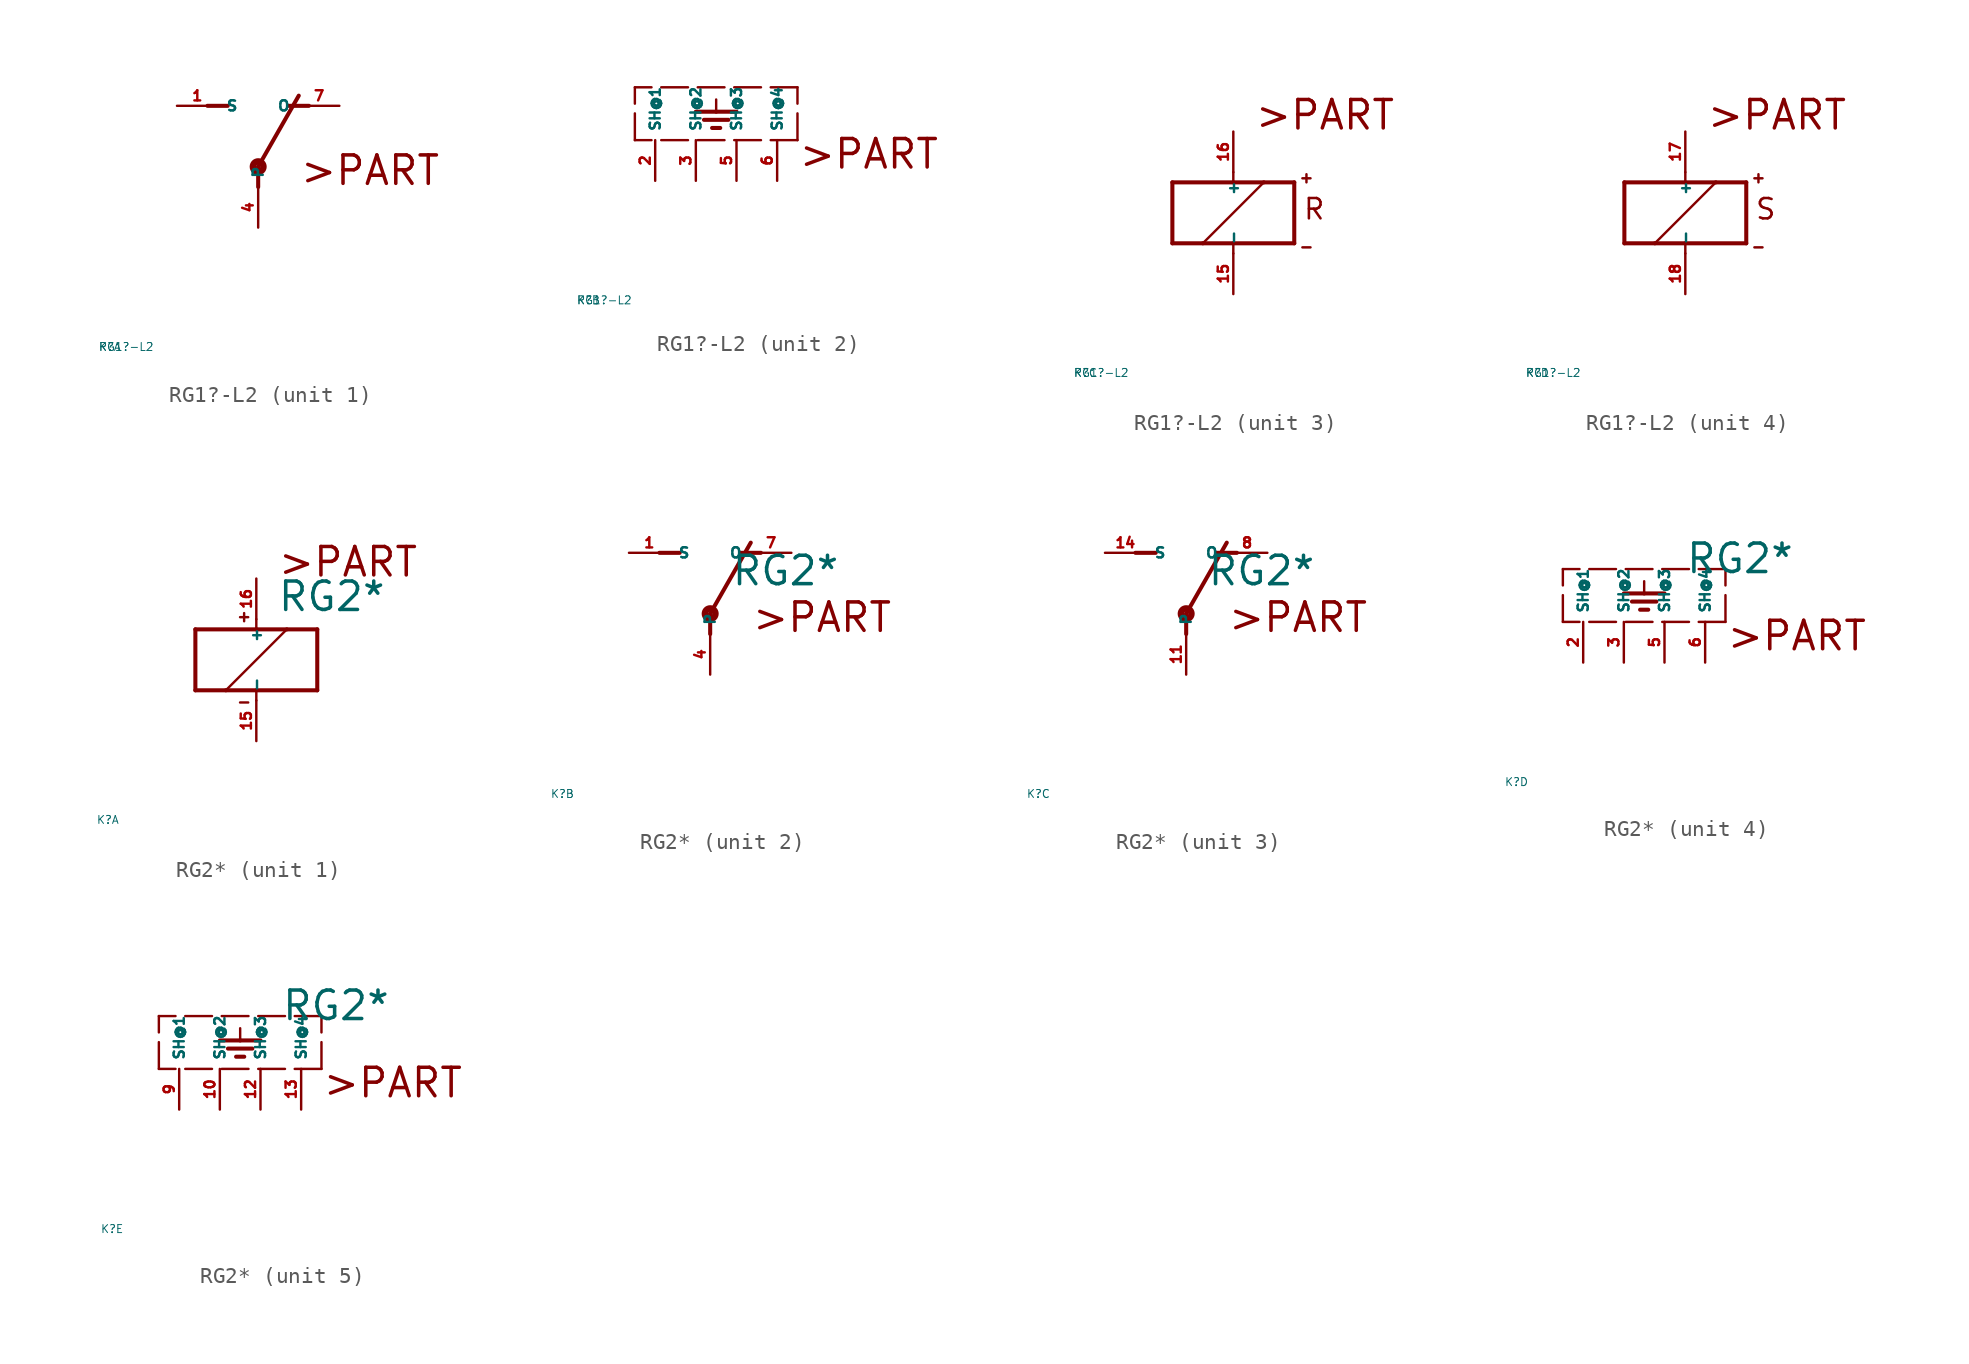
<source format=kicad_sym>
(kicad_symbol_lib
  (version 20220914)
  (generator Eagle2Kicad)
  (symbol "RG1?-L2"
    (property "Reference" "K"
      (at -10 -10 0)
      (effects (font (size 0.5 0.5) (thickness 0.06)) (justify left)))
    (property "Value" "RG1?-L2"
      (at -10 -10 0)
      (effects (font (size 0.5 0.5) (thickness 0.06)) (justify left)))
    (symbol "RG1?-L2_1_0"
      (polyline (pts (xy 3.175 5.08) (xy 1.905 5.08)) (stroke (width 0.254) (type default)) (fill (type none)))
      (polyline (pts (xy -3.175 5.08) (xy -1.905 5.08)) (stroke (width 0.254) (type default)) (fill (type none)))
      (polyline (pts (xy 0 1.27) (xy 2.54 5.715)) (stroke (width 0.254) (type default)) (fill (type none)))
      (polyline (pts (xy 0 1.27) (xy 0 0)) (stroke (width 0.254) (type default)) (fill (type none)))
      (text ">PART" (at 2.54 0 0) (effects (font (size 1.778 1.778) (thickness 0.22)) (justify left bottom)))
      (circle (center 0 1.27) (radius 0.127) (stroke (width 0.406) (type default)) (fill (type none)))
      (pin passive line (at 5.08 5.08 180) (length 2.54) (name "O" (effects (font (size 0.635 0.635) (thickness 0.08)) (justify left bottom))) (number "7" (effects (font (size 0.635 0.635) (thickness 0.08)) (justify left bottom))))
      (pin passive line (at -5.08 5.08 0) (length 2.54) (name "S" (effects (font (size 0.635 0.635) (thickness 0.08)) (justify left bottom))) (number "1" (effects (font (size 0.635 0.635) (thickness 0.08)) (justify left bottom))))
      (pin passive line (at 0 -2.54 90) (length 2.54) (name "P" (effects (font (size 0.635 0.635) (thickness 0.08)) (justify left bottom))) (number "4" (effects (font (size 0.635 0.635) (thickness 0.08)) (justify left bottom)))))
    (symbol "RG1?-L2_2_0"
      (polyline (pts (xy 3.81 0) (xy -6.35 0)) (stroke (width 0.152) (type dash)) (fill (type none)))
      (polyline (pts (xy -1.27 2.54) (xy -1.27 1.778)) (stroke (width 0.152) (type default)) (fill (type none)))
      (polyline (pts (xy -2.54 1.778) (xy -1.27 1.778)) (stroke (width 0.254) (type default)) (fill (type none)))
      (polyline (pts (xy -1.27 1.778) (xy 0 1.778)) (stroke (width 0.254) (type default)) (fill (type none)))
      (polyline (pts (xy -2.032 1.27) (xy -0.508 1.27)) (stroke (width 0.254) (type default)) (fill (type none)))
      (polyline (pts (xy -1.524 0.762) (xy -1.016 0.762)) (stroke (width 0.254) (type default)) (fill (type none)))
      (polyline (pts (xy 3.81 0) (xy 3.81 3.302)) (stroke (width 0.152) (type dash)) (fill (type none)))
      (polyline (pts (xy 3.81 3.302) (xy -6.35 3.302)) (stroke (width 0.152) (type dash)) (fill (type none)))
      (polyline (pts (xy -6.35 0) (xy -6.35 3.302)) (stroke (width 0.152) (type dash)) (fill (type none)))
      (text ">PART" (at 3.81 -1.905 0) (effects (font (size 1.778 1.778) (thickness 0.22)) (justify left bottom)))
      (pin passive line (at 0 -2.54 90) (length 2.54) (name "SH@3" (effects (font (size 0.635 0.635) (thickness 0.08)) (justify left bottom))) (number "5" (effects (font (size 0.635 0.635) (thickness 0.08)) (justify left bottom))))
      (pin passive line (at -5.08 -2.54 90) (length 2.54) (name "SH@1" (effects (font (size 0.635 0.635) (thickness 0.08)) (justify left bottom))) (number "2" (effects (font (size 0.635 0.635) (thickness 0.08)) (justify left bottom))))
      (pin passive line (at -2.54 -2.54 90) (length 2.54) (name "SH@2" (effects (font (size 0.635 0.635) (thickness 0.08)) (justify left bottom))) (number "3" (effects (font (size 0.635 0.635) (thickness 0.08)) (justify left bottom))))
      (pin passive line (at 2.54 -2.54 90) (length 2.54) (name "SH@4" (effects (font (size 0.635 0.635) (thickness 0.08)) (justify left bottom))) (number "6" (effects (font (size 0.635 0.635) (thickness 0.08)) (justify left bottom)))))
    (symbol "RG1?-L2_3_0"
      (polyline (pts (xy -3.81 -1.905) (xy -1.905 -1.905)) (stroke (width 0.254) (type default)) (fill (type none)))
      (polyline (pts (xy 3.81 -1.905) (xy 3.81 1.905)) (stroke (width 0.254) (type default)) (fill (type none)))
      (polyline (pts (xy 3.81 1.905) (xy 1.905 1.905)) (stroke (width 0.254) (type default)) (fill (type none)))
      (polyline (pts (xy -3.81 1.905) (xy -3.81 -1.905)) (stroke (width 0.254) (type default)) (fill (type none)))
      (polyline (pts (xy 0 -2.54) (xy 0 -1.905)) (stroke (width 0.152) (type default)) (fill (type none)))
      (polyline (pts (xy 0 -1.905) (xy 3.81 -1.905)) (stroke (width 0.254) (type default)) (fill (type none)))
      (polyline (pts (xy 0 2.54) (xy 0 1.905)) (stroke (width 0.152) (type default)) (fill (type none)))
      (polyline (pts (xy 0 1.905) (xy -3.81 1.905)) (stroke (width 0.254) (type default)) (fill (type none)))
      (polyline (pts (xy -1.905 -1.905) (xy 1.905 1.905)) (stroke (width 0.152) (type default)) (fill (type none)))
      (polyline (pts (xy -1.905 -1.905) (xy 0 -1.905)) (stroke (width 0.254) (type default)) (fill (type none)))
      (polyline (pts (xy 1.905 1.905) (xy 0 1.905)) (stroke (width 0.254) (type default)) (fill (type none)))
      (polyline (pts (xy 4.318 2.159) (xy 4.826 2.159)) (stroke (width 0.152) (type default)) (fill (type none)))
      (polyline (pts (xy 4.572 2.413) (xy 4.572 1.905)) (stroke (width 0.152) (type default)) (fill (type none)))
      (polyline (pts (xy 4.318 -2.159) (xy 4.826 -2.159)) (stroke (width 0.152) (type default)) (fill (type none)))
      (text ">PART" (at 1.27 5.08 0) (effects (font (size 1.778 1.778) (thickness 0.22)) (justify left bottom)))
      (text "R" (at 4.318 -0.508 0) (effects (font (size 1.27 1.27) (thickness 0.16)) (justify left bottom)))
      (pin passive line (at 0 -5.08 90) (length 2.54) (name "-" (effects (font (size 0.635 0.635) (thickness 0.08)) (justify left bottom))) (number "15" (effects (font (size 0.635 0.635) (thickness 0.08)) (justify left bottom))))
      (pin passive line (at 0 5.08 270) (length 2.54) (name "+" (effects (font (size 0.635 0.635) (thickness 0.08)) (justify left bottom))) (number "16" (effects (font (size 0.635 0.635) (thickness 0.08)) (justify left bottom)))))
    (symbol "RG1?-L2_4_0"
      (polyline (pts (xy -3.81 -1.905) (xy -1.905 -1.905)) (stroke (width 0.254) (type default)) (fill (type none)))
      (polyline (pts (xy 3.81 -1.905) (xy 3.81 1.905)) (stroke (width 0.254) (type default)) (fill (type none)))
      (polyline (pts (xy 3.81 1.905) (xy 1.905 1.905)) (stroke (width 0.254) (type default)) (fill (type none)))
      (polyline (pts (xy -3.81 1.905) (xy -3.81 -1.905)) (stroke (width 0.254) (type default)) (fill (type none)))
      (polyline (pts (xy 0 -2.54) (xy 0 -1.905)) (stroke (width 0.152) (type default)) (fill (type none)))
      (polyline (pts (xy 0 -1.905) (xy 3.81 -1.905)) (stroke (width 0.254) (type default)) (fill (type none)))
      (polyline (pts (xy 0 2.54) (xy 0 1.905)) (stroke (width 0.152) (type default)) (fill (type none)))
      (polyline (pts (xy 0 1.905) (xy -3.81 1.905)) (stroke (width 0.254) (type default)) (fill (type none)))
      (polyline (pts (xy -1.905 -1.905) (xy 1.905 1.905)) (stroke (width 0.152) (type default)) (fill (type none)))
      (polyline (pts (xy -1.905 -1.905) (xy 0 -1.905)) (stroke (width 0.254) (type default)) (fill (type none)))
      (polyline (pts (xy 1.905 1.905) (xy 0 1.905)) (stroke (width 0.254) (type default)) (fill (type none)))
      (polyline (pts (xy 4.318 2.159) (xy 4.826 2.159)) (stroke (width 0.152) (type default)) (fill (type none)))
      (polyline (pts (xy 4.572 2.413) (xy 4.572 1.905)) (stroke (width 0.152) (type default)) (fill (type none)))
      (polyline (pts (xy 4.318 -2.159) (xy 4.826 -2.159)) (stroke (width 0.152) (type default)) (fill (type none)))
      (text ">PART" (at 1.27 5.08 0) (effects (font (size 1.778 1.778) (thickness 0.22)) (justify left bottom)))
      (text "S" (at 4.318 -0.508 0) (effects (font (size 1.27 1.27) (thickness 0.16)) (justify left bottom)))
      (pin passive line (at 0 -5.08 90) (length 2.54) (name "-" (effects (font (size 0.635 0.635) (thickness 0.08)) (justify left bottom))) (number "18" (effects (font (size 0.635 0.635) (thickness 0.08)) (justify left bottom))))
      (pin passive line (at 0 5.08 270) (length 2.54) (name "+" (effects (font (size 0.635 0.635) (thickness 0.08)) (justify left bottom))) (number "17" (effects (font (size 0.635 0.635) (thickness 0.08)) (justify left bottom))))))
  (symbol "RG2*"
    (property "Reference" "K"
      (at -10 -10 0)
      (effects (font (size 0.5 0.5) (thickness 0.06)) (justify left)))
    (property "Value" "RG2*"
      (at 1.27 2.921 0)
      (effects (font (size 1.778 1.778) (thickness 0.22)) (justify left bottom)))
    (symbol "RG2*_1_0"
      (polyline (pts (xy -3.81 -1.905) (xy -1.905 -1.905)) (stroke (width 0.254) (type default)) (fill (type none)))
      (polyline (pts (xy 3.81 -1.905) (xy 3.81 1.905)) (stroke (width 0.254) (type default)) (fill (type none)))
      (polyline (pts (xy 3.81 1.905) (xy 1.905 1.905)) (stroke (width 0.254) (type default)) (fill (type none)))
      (polyline (pts (xy -3.81 1.905) (xy -3.81 -1.905)) (stroke (width 0.254) (type default)) (fill (type none)))
      (polyline (pts (xy 0 -2.54) (xy 0 -1.905)) (stroke (width 0.152) (type default)) (fill (type none)))
      (polyline (pts (xy 0 -1.905) (xy 3.81 -1.905)) (stroke (width 0.254) (type default)) (fill (type none)))
      (polyline (pts (xy 0 2.54) (xy 0 1.905)) (stroke (width 0.152) (type default)) (fill (type none)))
      (polyline (pts (xy 0 1.905) (xy -3.81 1.905)) (stroke (width 0.254) (type default)) (fill (type none)))
      (polyline (pts (xy -1.905 -1.905) (xy 1.905 1.905)) (stroke (width 0.152) (type default)) (fill (type none)))
      (polyline (pts (xy -1.905 -1.905) (xy 0 -1.905)) (stroke (width 0.254) (type default)) (fill (type none)))
      (polyline (pts (xy 1.905 1.905) (xy 0 1.905)) (stroke (width 0.254) (type default)) (fill (type none)))
      (polyline (pts (xy -1.016 2.667) (xy -0.508 2.667)) (stroke (width 0.152) (type default)) (fill (type none)))
      (polyline (pts (xy -0.762 2.921) (xy -0.762 2.413)) (stroke (width 0.152) (type default)) (fill (type none)))
      (polyline (pts (xy -1.016 -2.667) (xy -0.508 -2.667)) (stroke (width 0.152) (type default)) (fill (type none)))
      (text ">PART" (at 1.27 5.08 0) (effects (font (size 1.778 1.778) (thickness 0.22)) (justify left bottom)))
      (pin passive line (at 0 -5.08 90) (length 2.54) (name "-" (effects (font (size 0.635 0.635) (thickness 0.08)) (justify left bottom))) (number "15" (effects (font (size 0.635 0.635) (thickness 0.08)) (justify left bottom))))
      (pin passive line (at 0 5.08 270) (length 2.54) (name "+" (effects (font (size 0.635 0.635) (thickness 0.08)) (justify left bottom))) (number "16" (effects (font (size 0.635 0.635) (thickness 0.08)) (justify left bottom)))))
    (symbol "RG2*_2_0"
      (polyline (pts (xy 3.175 5.08) (xy 1.905 5.08)) (stroke (width 0.254) (type default)) (fill (type none)))
      (polyline (pts (xy -3.175 5.08) (xy -1.905 5.08)) (stroke (width 0.254) (type default)) (fill (type none)))
      (polyline (pts (xy 0 1.27) (xy 2.54 5.715)) (stroke (width 0.254) (type default)) (fill (type none)))
      (polyline (pts (xy 0 1.27) (xy 0 0)) (stroke (width 0.254) (type default)) (fill (type none)))
      (text ">PART" (at 2.54 0 0) (effects (font (size 1.778 1.778) (thickness 0.22)) (justify left bottom)))
      (circle (center 0 1.27) (radius 0.127) (stroke (width 0.406) (type default)) (fill (type none)))
      (pin passive line (at 5.08 5.08 180) (length 2.54) (name "O" (effects (font (size 0.635 0.635) (thickness 0.08)) (justify left bottom))) (number "7" (effects (font (size 0.635 0.635) (thickness 0.08)) (justify left bottom))))
      (pin passive line (at -5.08 5.08 0) (length 2.54) (name "S" (effects (font (size 0.635 0.635) (thickness 0.08)) (justify left bottom))) (number "1" (effects (font (size 0.635 0.635) (thickness 0.08)) (justify left bottom))))
      (pin passive line (at 0 -2.54 90) (length 2.54) (name "P" (effects (font (size 0.635 0.635) (thickness 0.08)) (justify left bottom))) (number "4" (effects (font (size 0.635 0.635) (thickness 0.08)) (justify left bottom)))))
    (symbol "RG2*_3_0"
      (polyline (pts (xy 3.175 5.08) (xy 1.905 5.08)) (stroke (width 0.254) (type default)) (fill (type none)))
      (polyline (pts (xy -3.175 5.08) (xy -1.905 5.08)) (stroke (width 0.254) (type default)) (fill (type none)))
      (polyline (pts (xy 0 1.27) (xy 2.54 5.715)) (stroke (width 0.254) (type default)) (fill (type none)))
      (polyline (pts (xy 0 1.27) (xy 0 0)) (stroke (width 0.254) (type default)) (fill (type none)))
      (text ">PART" (at 2.54 0 0) (effects (font (size 1.778 1.778) (thickness 0.22)) (justify left bottom)))
      (circle (center 0 1.27) (radius 0.127) (stroke (width 0.406) (type default)) (fill (type none)))
      (pin passive line (at 5.08 5.08 180) (length 2.54) (name "O" (effects (font (size 0.635 0.635) (thickness 0.08)) (justify left bottom))) (number "8" (effects (font (size 0.635 0.635) (thickness 0.08)) (justify left bottom))))
      (pin passive line (at -5.08 5.08 0) (length 2.54) (name "S" (effects (font (size 0.635 0.635) (thickness 0.08)) (justify left bottom))) (number "14" (effects (font (size 0.635 0.635) (thickness 0.08)) (justify left bottom))))
      (pin passive line (at 0 -2.54 90) (length 2.54) (name "P" (effects (font (size 0.635 0.635) (thickness 0.08)) (justify left bottom))) (number "11" (effects (font (size 0.635 0.635) (thickness 0.08)) (justify left bottom)))))
    (symbol "RG2*_4_0"
      (polyline (pts (xy 3.81 0) (xy -6.35 0)) (stroke (width 0.152) (type dash)) (fill (type none)))
      (polyline (pts (xy -1.27 2.54) (xy -1.27 1.778)) (stroke (width 0.152) (type default)) (fill (type none)))
      (polyline (pts (xy -2.54 1.778) (xy -1.27 1.778)) (stroke (width 0.254) (type default)) (fill (type none)))
      (polyline (pts (xy -1.27 1.778) (xy 0 1.778)) (stroke (width 0.254) (type default)) (fill (type none)))
      (polyline (pts (xy -2.032 1.27) (xy -0.508 1.27)) (stroke (width 0.254) (type default)) (fill (type none)))
      (polyline (pts (xy -1.524 0.762) (xy -1.016 0.762)) (stroke (width 0.254) (type default)) (fill (type none)))
      (polyline (pts (xy 3.81 0) (xy 3.81 3.302)) (stroke (width 0.152) (type dash)) (fill (type none)))
      (polyline (pts (xy 3.81 3.302) (xy -6.35 3.302)) (stroke (width 0.152) (type dash)) (fill (type none)))
      (polyline (pts (xy -6.35 0) (xy -6.35 3.302)) (stroke (width 0.152) (type dash)) (fill (type none)))
      (text ">PART" (at 3.81 -1.905 0) (effects (font (size 1.778 1.778) (thickness 0.22)) (justify left bottom)))
      (pin passive line (at 0 -2.54 90) (length 2.54) (name "SH@3" (effects (font (size 0.635 0.635) (thickness 0.08)) (justify left bottom))) (number "5" (effects (font (size 0.635 0.635) (thickness 0.08)) (justify left bottom))))
      (pin passive line (at -5.08 -2.54 90) (length 2.54) (name "SH@1" (effects (font (size 0.635 0.635) (thickness 0.08)) (justify left bottom))) (number "2" (effects (font (size 0.635 0.635) (thickness 0.08)) (justify left bottom))))
      (pin passive line (at -2.54 -2.54 90) (length 2.54) (name "SH@2" (effects (font (size 0.635 0.635) (thickness 0.08)) (justify left bottom))) (number "3" (effects (font (size 0.635 0.635) (thickness 0.08)) (justify left bottom))))
      (pin passive line (at 2.54 -2.54 90) (length 2.54) (name "SH@4" (effects (font (size 0.635 0.635) (thickness 0.08)) (justify left bottom))) (number "6" (effects (font (size 0.635 0.635) (thickness 0.08)) (justify left bottom)))))
    (symbol "RG2*_5_0"
      (polyline (pts (xy 3.81 0) (xy -6.35 0)) (stroke (width 0.152) (type dash)) (fill (type none)))
      (polyline (pts (xy -1.27 2.54) (xy -1.27 1.778)) (stroke (width 0.152) (type default)) (fill (type none)))
      (polyline (pts (xy -2.54 1.778) (xy -1.27 1.778)) (stroke (width 0.254) (type default)) (fill (type none)))
      (polyline (pts (xy -1.27 1.778) (xy 0 1.778)) (stroke (width 0.254) (type default)) (fill (type none)))
      (polyline (pts (xy -2.032 1.27) (xy -0.508 1.27)) (stroke (width 0.254) (type default)) (fill (type none)))
      (polyline (pts (xy -1.524 0.762) (xy -1.016 0.762)) (stroke (width 0.254) (type default)) (fill (type none)))
      (polyline (pts (xy 3.81 0) (xy 3.81 3.302)) (stroke (width 0.152) (type dash)) (fill (type none)))
      (polyline (pts (xy 3.81 3.302) (xy -6.35 3.302)) (stroke (width 0.152) (type dash)) (fill (type none)))
      (polyline (pts (xy -6.35 0) (xy -6.35 3.302)) (stroke (width 0.152) (type dash)) (fill (type none)))
      (text ">PART" (at 3.81 -1.905 0) (effects (font (size 1.778 1.778) (thickness 0.22)) (justify left bottom)))
      (pin passive line (at 0 -2.54 90) (length 2.54) (name "SH@3" (effects (font (size 0.635 0.635) (thickness 0.08)) (justify left bottom))) (number "12" (effects (font (size 0.635 0.635) (thickness 0.08)) (justify left bottom))))
      (pin passive line (at -5.08 -2.54 90) (length 2.54) (name "SH@1" (effects (font (size 0.635 0.635) (thickness 0.08)) (justify left bottom))) (number "9" (effects (font (size 0.635 0.635) (thickness 0.08)) (justify left bottom))))
      (pin passive line (at -2.54 -2.54 90) (length 2.54) (name "SH@2" (effects (font (size 0.635 0.635) (thickness 0.08)) (justify left bottom))) (number "10" (effects (font (size 0.635 0.635) (thickness 0.08)) (justify left bottom))))
      (pin passive line (at 2.54 -2.54 90) (length 2.54) (name "SH@4" (effects (font (size 0.635 0.635) (thickness 0.08)) (justify left bottom))) (number "13" (effects (font (size 0.635 0.635) (thickness 0.08)) (justify left bottom)))))))
</source>
